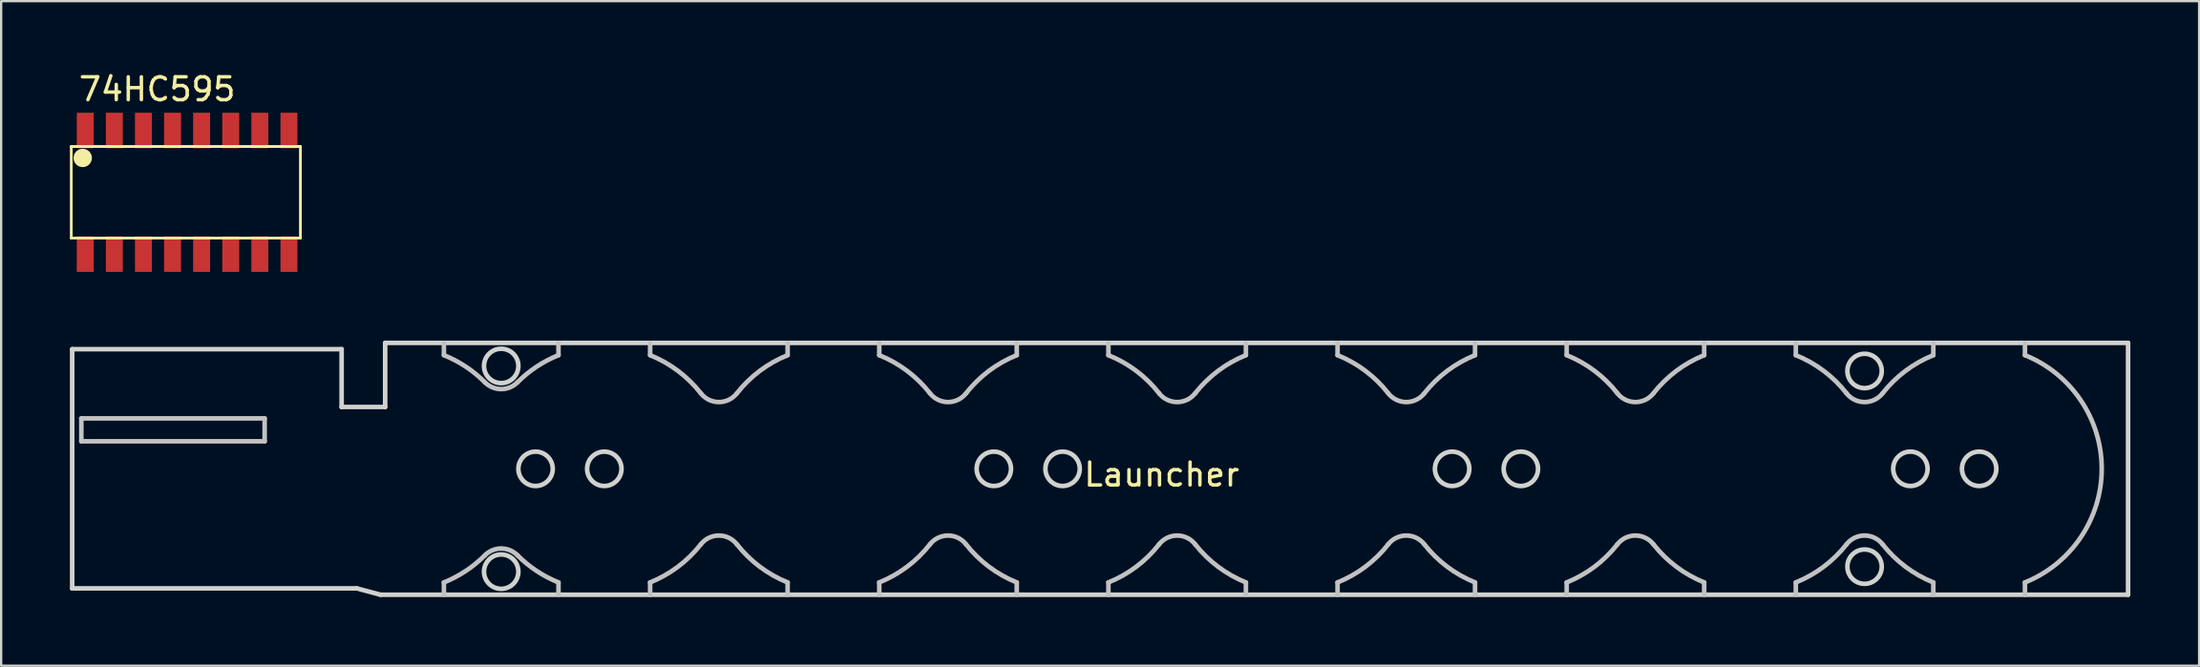
<source format=kicad_pcb>
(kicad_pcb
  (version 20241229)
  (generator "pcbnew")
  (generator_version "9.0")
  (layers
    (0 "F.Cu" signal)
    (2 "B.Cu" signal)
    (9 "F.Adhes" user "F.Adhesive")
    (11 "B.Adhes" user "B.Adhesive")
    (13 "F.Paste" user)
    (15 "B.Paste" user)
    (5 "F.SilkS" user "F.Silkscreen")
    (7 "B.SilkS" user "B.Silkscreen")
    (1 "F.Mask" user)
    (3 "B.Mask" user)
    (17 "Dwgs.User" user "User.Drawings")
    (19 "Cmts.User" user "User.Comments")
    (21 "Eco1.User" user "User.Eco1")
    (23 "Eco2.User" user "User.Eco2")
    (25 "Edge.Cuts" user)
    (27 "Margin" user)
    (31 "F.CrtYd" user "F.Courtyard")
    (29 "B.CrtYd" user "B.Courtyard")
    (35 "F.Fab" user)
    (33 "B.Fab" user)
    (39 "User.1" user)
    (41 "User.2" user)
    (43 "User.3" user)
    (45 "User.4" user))
  (footprint "Launcher"
    (layer "F.Cu")
    (at 47.648 17.173)
    (property "Reference" "Launcher" (at 0 0.5 0) (layer "F.SilkS") (effects (font (size 1 1) (thickness 0.15))))
    (attr through_hole)
    (fp_line (start -47.148 -1.95) (end -47.148 -0.95) (stroke (width 0.2) (type solid)) (layer "Dwgs.User"))
    (fp_line (start -47.148 -1.95) (end -39.148 -1.95) (stroke (width 0.2) (type solid)) (layer "Dwgs.User"))
    (fp_line (start -47.148 -0.95) (end -39.148 -0.95) (stroke (width 0.2) (type solid)) (layer "Dwgs.User"))
    (fp_line (start -39.148 -1.95) (end -39.148 -0.95) (stroke (width 0.2) (type solid)) (layer "Dwgs.User"))
    (fp_line (start -31.325 -4.712) (end -31.325 -5.25) (stroke (width 0.2) (type solid)) (layer "Dwgs.User"))
    (fp_line (start -31.325 5.75) (end -31.325 5.212) (stroke (width 0.2) (type solid)) (layer "Dwgs.User"))
    (fp_line (start -26.325 -5.25) (end -26.325 -4.712) (stroke (width 0.2) (type solid)) (layer "Dwgs.User"))
    (fp_line (start -26.325 5.212) (end -26.325 5.75) (stroke (width 0.2) (type solid)) (layer "Dwgs.User"))
    (fp_line (start -22.325 -4.712) (end -22.325 -5.25) (stroke (width 0.2) (type solid)) (layer "Dwgs.User"))
    (fp_line (start -22.325 5.75) (end -22.325 5.212) (stroke (width 0.2) (type solid)) (layer "Dwgs.User"))
    (fp_line (start -16.325 -5.25) (end -16.325 -4.712) (stroke (width 0.2) (type solid)) (layer "Dwgs.User"))
    (fp_line (start -16.325 5.212) (end -16.325 5.75) (stroke (width 0.2) (type solid)) (layer "Dwgs.User"))
    (fp_line (start -12.325 -4.712) (end -12.325 -5.25) (stroke (width 0.2) (type solid)) (layer "Dwgs.User"))
    (fp_line (start -12.325 5.75) (end -12.325 5.212) (stroke (width 0.2) (type solid)) (layer "Dwgs.User"))
    (fp_line (start -6.325 -5.25) (end -6.325 -4.712) (stroke (width 0.2) (type solid)) (layer "Dwgs.User"))
    (fp_line (start -6.325 5.212) (end -6.325 5.75) (stroke (width 0.2) (type solid)) (layer "Dwgs.User"))
    (fp_line (start -2.325 -4.712) (end -2.325 -5.25) (stroke (width 0.2) (type solid)) (layer "Dwgs.User"))
    (fp_line (start -2.325 5.75) (end -2.325 5.212) (stroke (width 0.2) (type solid)) (layer "Dwgs.User"))
    (fp_line (start 3.675 -5.25) (end 3.675 -4.712) (stroke (width 0.2) (type solid)) (layer "Dwgs.User"))
    (fp_line (start 3.675 5.212) (end 3.675 5.75) (stroke (width 0.2) (type solid)) (layer "Dwgs.User"))
    (fp_line (start 7.675 -4.712) (end 7.675 -5.25) (stroke (width 0.2) (type solid)) (layer "Dwgs.User"))
    (fp_line (start 7.675 5.75) (end 7.675 5.212) (stroke (width 0.2) (type solid)) (layer "Dwgs.User"))
    (fp_line (start 13.675 -5.25) (end 13.675 -4.712) (stroke (width 0.2) (type solid)) (layer "Dwgs.User"))
    (fp_line (start 13.675 5.212) (end 13.675 5.75) (stroke (width 0.2) (type solid)) (layer "Dwgs.User"))
    (fp_line (start 17.675 -4.712) (end 17.675 -5.25) (stroke (width 0.2) (type solid)) (layer "Dwgs.User"))
    (fp_line (start 17.675 5.75) (end 17.675 5.212) (stroke (width 0.2) (type solid)) (layer "Dwgs.User"))
    (fp_line (start 23.675 -5.25) (end 23.675 -4.712) (stroke (width 0.2) (type solid)) (layer "Dwgs.User"))
    (fp_line (start 23.675 5.212) (end 23.675 5.75) (stroke (width 0.2) (type solid)) (layer "Dwgs.User"))
    (fp_line (start 27.675 -4.712) (end 27.675 -5.25) (stroke (width 0.2) (type solid)) (layer "Dwgs.User"))
    (fp_line (start 27.675 5.75) (end 27.675 5.212) (stroke (width 0.2) (type solid)) (layer "Dwgs.User"))
    (fp_line (start 33.675 -5.25) (end 33.675 -4.712) (stroke (width 0.2) (type solid)) (layer "Dwgs.User"))
    (fp_line (start 33.675 5.212) (end 33.675 5.75) (stroke (width 0.2) (type solid)) (layer "Dwgs.User"))
    (fp_line (start 37.675 -5.25) (end 37.675 -4.712) (stroke (width 0.2) (type solid)) (layer "Dwgs.User"))
    (fp_line (start 37.675 5.75) (end 37.675 5.212) (stroke (width 0.2) (type solid)) (layer "Dwgs.User"))
    (fp_arc (start -31.324999 -4.712106) (mid -30.369091 -4.209272) (end -29.533661 -3.524685) (stroke (width 0.2) (type solid)) (layer "Dwgs.User"))
    (fp_arc (start -29.533661 4.024686) (mid -28.825 3.730234) (end -28.116338 4.024685) (stroke (width 0.2) (type solid)) (layer "Dwgs.User"))
    (fp_arc (start -29.53366 4.024685) (mid -30.369091 4.709272) (end -31.324999 5.212106) (stroke (width 0.2) (type solid)) (layer "Dwgs.User"))
    (fp_arc (start -28.116338 -3.524686) (mid -28.824999 -3.230234) (end -29.533661 -3.524685) (stroke (width 0.2) (type solid)) (layer "Dwgs.User"))
    (fp_arc (start -28.116338 -3.524685) (mid -27.280908 -4.209271) (end -26.325 -4.712106) (stroke (width 0.2) (type solid)) (layer "Dwgs.User"))
    (fp_arc (start -26.325 5.212106) (mid -27.280908 4.709272) (end -28.116338 4.024685) (stroke (width 0.2) (type solid)) (layer "Dwgs.User"))
    (fp_arc (start -22.324999 -4.712107) (mid -21.109188 -4.025635) (end -20.112401 -3.047956) (stroke (width 0.2) (type solid)) (layer "Dwgs.User"))
    (fp_arc (start -20.1124 3.547955) (mid -21.109187 4.525635) (end -22.324999 5.212106) (stroke (width 0.2) (type solid)) (layer "Dwgs.User"))
    (fp_arc (start -20.1124 3.547956) (mid -19.324999 3.164397) (end -18.537598 3.547956) (stroke (width 0.2) (type solid)) (layer "Dwgs.User"))
    (fp_arc (start -18.537598 -3.047955) (mid -19.325 -2.664396) (end -20.112401 -3.047956) (stroke (width 0.2) (type solid)) (layer "Dwgs.User"))
    (fp_arc (start -18.537597 -3.047956) (mid -17.54081 -4.025635) (end -16.324999 -4.712106) (stroke (width 0.2) (type solid)) (layer "Dwgs.User"))
    (fp_arc (start -16.325 5.212106) (mid -17.540811 4.525635) (end -18.537598 3.547956) (stroke (width 0.2) (type solid)) (layer "Dwgs.User"))
    (fp_arc (start -12.324999 -4.712106) (mid -11.109188 -4.025635) (end -10.112401 -3.047956) (stroke (width 0.2) (type solid)) (layer "Dwgs.User"))
    (fp_arc (start -10.112401 3.547956) (mid -11.109188 4.525635) (end -12.324999 5.212106) (stroke (width 0.2) (type solid)) (layer "Dwgs.User"))
    (fp_arc (start -10.1124 3.547956) (mid -9.324999 3.164397) (end -8.537598 3.547956) (stroke (width 0.2) (type solid)) (layer "Dwgs.User"))
    (fp_arc (start -8.537598 -3.047956) (mid -7.540811 -4.025635) (end -6.325 -4.712106) (stroke (width 0.2) (type solid)) (layer "Dwgs.User"))
    (fp_arc (start -8.537598 -3.047955) (mid -9.325 -2.664396) (end -10.112401 -3.047956) (stroke (width 0.2) (type solid)) (layer "Dwgs.User"))
    (fp_arc (start -6.325 5.212106) (mid -7.540811 4.525635) (end -8.537598 3.547956) (stroke (width 0.2) (type solid)) (layer "Dwgs.User"))
    (fp_arc (start -2.324999 -4.712106) (mid -1.109188 -4.025635) (end -0.112401 -3.047956) (stroke (width 0.2) (type solid)) (layer "Dwgs.User"))
    (fp_arc (start -0.112401 3.547956) (mid -1.109188 4.525635) (end -2.324999 5.212106) (stroke (width 0.2) (type solid)) (layer "Dwgs.User"))
    (fp_arc (start -0.112401 3.547956) (mid 0.675 3.164397) (end 1.462401 3.547956) (stroke (width 0.2) (type solid)) (layer "Dwgs.User"))
    (fp_arc (start 1.462401 -3.047956) (mid 0.675 -2.664397) (end -0.112401 -3.047956) (stroke (width 0.2) (type solid)) (layer "Dwgs.User"))
    (fp_arc (start 1.462401 -3.047955) (mid 2.459188 -4.025634) (end 3.674999 -4.712106) (stroke (width 0.2) (type solid)) (layer "Dwgs.User"))
    (fp_arc (start 3.674999 5.212107) (mid 2.459187 4.525636) (end 1.462401 3.547956) (stroke (width 0.2) (type solid)) (layer "Dwgs.User"))
    (fp_arc (start 7.675 -4.712106) (mid 8.890811 -4.025635) (end 9.887598 -3.047956) (stroke (width 0.2) (type solid)) (layer "Dwgs.User"))
    (fp_arc (start 9.887598 3.547956) (mid 8.890811 4.525635) (end 7.675 5.212106) (stroke (width 0.2) (type solid)) (layer "Dwgs.User"))
    (fp_arc (start 9.887599 3.547956) (mid 10.675 3.164397) (end 11.462401 3.547956) (stroke (width 0.2) (type solid)) (layer "Dwgs.User"))
    (fp_arc (start 11.462401 -3.047955) (mid 10.674999 -2.664396) (end 9.887598 -3.047956) (stroke (width 0.2) (type solid)) (layer "Dwgs.User"))
    (fp_arc (start 11.462401 -3.047955) (mid 12.459188 -4.025634) (end 13.674999 -4.712106) (stroke (width 0.2) (type solid)) (layer "Dwgs.User"))
    (fp_arc (start 13.675 5.212106) (mid 12.459188 4.525635) (end 11.462401 3.547956) (stroke (width 0.2) (type solid)) (layer "Dwgs.User"))
    (fp_arc (start 17.675 -4.712106) (mid 18.890811 -4.025635) (end 19.887598 -3.047956) (stroke (width 0.2) (type solid)) (layer "Dwgs.User"))
    (fp_arc (start 19.887598 3.547956) (mid 18.890811 4.525635) (end 17.675 5.212106) (stroke (width 0.2) (type solid)) (layer "Dwgs.User"))
    (fp_arc (start 19.887599 3.547956) (mid 20.675 3.164397) (end 21.462401 3.547956) (stroke (width 0.2) (type solid)) (layer "Dwgs.User"))
    (fp_arc (start 21.462401 -3.047955) (mid 20.674999 -2.664396) (end 19.887598 -3.047956) (stroke (width 0.2) (type solid)) (layer "Dwgs.User"))
    (fp_arc (start 21.462401 -3.047955) (mid 22.459188 -4.025634) (end 23.674999 -4.712106) (stroke (width 0.2) (type solid)) (layer "Dwgs.User"))
    (fp_arc (start 23.675 5.212106) (mid 22.459188 4.525635) (end 21.462401 3.547956) (stroke (width 0.2) (type solid)) (layer "Dwgs.User"))
    (fp_arc (start 27.675 -4.712106) (mid 28.890811 -4.025635) (end 29.887598 -3.047956) (stroke (width 0.2) (type solid)) (layer "Dwgs.User"))
    (fp_arc (start 29.887598 3.547956) (mid 28.890811 4.525635) (end 27.675 5.212106) (stroke (width 0.2) (type solid)) (layer "Dwgs.User"))
    (fp_arc (start 29.887599 3.547956) (mid 30.675 3.164397) (end 31.462401 3.547956) (stroke (width 0.2) (type solid)) (layer "Dwgs.User"))
    (fp_arc (start 31.462401 -3.047956) (mid 32.459188 -4.025635) (end 33.674999 -4.712106) (stroke (width 0.2) (type solid)) (layer "Dwgs.User"))
    (fp_arc (start 31.462401 -3.047955) (mid 30.674999 -2.664396) (end 29.887598 -3.047956) (stroke (width 0.2) (type solid)) (layer "Dwgs.User"))
    (fp_arc (start 33.675 5.212106) (mid 32.459188 4.525635) (end 31.462401 3.547956) (stroke (width 0.2) (type solid)) (layer "Dwgs.User"))
    (fp_arc (start 37.675 -4.712106) (mid 41.025 0.25) (end 37.675 5.212106) (stroke (width 0.2) (type solid)) (layer "Dwgs.User"))
    (fp_line (start -47.548 -4.973) (end -35.789 -4.973) (stroke (width 0.2) (type solid)) (layer "Edge.Cuts"))
    (fp_line (start -47.548 5.473) (end -47.548 -4.973) (stroke (width 0.2) (type solid)) (layer "Edge.Cuts"))
    (fp_line (start -35.789 -4.973) (end -35.789 -2.45) (stroke (width 0.2) (type solid)) (layer "Edge.Cuts"))
    (fp_line (start -35.789 -2.45) (end -33.889 -2.45) (stroke (width 0.2) (type solid)) (layer "Edge.Cuts"))
    (fp_line (start -35.122 5.473) (end -47.548 5.473) (stroke (width 0.2) (type solid)) (layer "Edge.Cuts"))
    (fp_line (start -35.122 5.473) (end -34.089 5.75) (stroke (width 0.2) (type solid)) (layer "Edge.Cuts"))
    (fp_line (start -34.089 5.75) (end 42.175 5.75) (stroke (width 0.2) (type solid)) (layer "Edge.Cuts"))
    (fp_line (start -33.889 -2.45) (end -33.889 -5.25) (stroke (width 0.2) (type solid)) (layer "Edge.Cuts"))
    (fp_line (start 42.175 -5.25) (end -33.889 -5.25) (stroke (width 0.2) (type solid)) (layer "Edge.Cuts"))
    (fp_line (start 42.175 5.75) (end 42.175 -5.25) (stroke (width 0.2) (type solid)) (layer "Edge.Cuts"))
    (fp_circle (center -28.825 -4.242) (end -28.075 -4.242) (stroke (width 0.2) (type solid)) (fill no) (layer "Edge.Cuts"))
    (fp_circle (center -28.825 4.742) (end -28.075 4.742) (stroke (width 0.2) (type solid)) (fill no) (layer "Edge.Cuts"))
    (fp_circle (center -27.325 0.25) (end -26.575 0.25) (stroke (width 0.2) (type solid)) (fill no) (layer "Edge.Cuts"))
    (fp_circle (center -24.325 0.25) (end -23.575 0.25) (stroke (width 0.2) (type solid)) (fill no) (layer "Edge.Cuts"))
    (fp_circle (center -7.325 0.25) (end -6.575 0.25) (stroke (width 0.2) (type solid)) (fill no) (layer "Edge.Cuts"))
    (fp_circle (center -4.325 0.25) (end -3.575 0.25) (stroke (width 0.2) (type solid)) (fill no) (layer "Edge.Cuts"))
    (fp_circle (center 12.675 0.25) (end 13.425 0.25) (stroke (width 0.2) (type solid)) (fill no) (layer "Edge.Cuts"))
    (fp_circle (center 15.675 0.25) (end 16.425 0.25) (stroke (width 0.2) (type solid)) (fill no) (layer "Edge.Cuts"))
    (fp_circle (center 30.675 -4.023) (end 31.425 -4.023) (stroke (width 0.2) (type solid)) (fill no) (layer "Edge.Cuts"))
    (fp_circle (center 30.675 4.523) (end 31.425 4.523) (stroke (width 0.2) (type solid)) (fill no) (layer "Edge.Cuts"))
    (fp_circle (center 32.675 0.25) (end 33.425 0.25) (stroke (width 0.2) (type solid)) (fill no) (layer "Edge.Cuts"))
    (fp_circle (center 35.675 0.25) (end 36.425 0.25) (stroke (width 0.2) (type solid)) (fill no) (layer "Edge.Cuts")))
  (footprint "74HC595"
    (layer "F.Cu")
    (at 5.06 5.348)
    (property "Reference" "74HC595" (at -1.25 -4.5 0) (layer "F.SilkS") (effects (font (size 1 1) (thickness 0.15))))
    (attr through_hole)
    (fp_line (start -5 -2) (end 5 -2) (stroke (width 0.12) (type solid)) (layer "F.SilkS"))
    (fp_line (start -5 2) (end -5 -2) (stroke (width 0.12) (type solid)) (layer "F.SilkS"))
    (fp_line (start 5 -2) (end 5 2) (stroke (width 0.12) (type solid)) (layer "F.SilkS"))
    (fp_line (start 5 2) (end -5 2) (stroke (width 0.12) (type solid)) (layer "F.SilkS"))
    (fp_circle (center -4.5 -1.5) (end -4.3 -1.5) (stroke (width 0.4) (type solid)) (fill no) (layer "F.SilkS"))
    (pad "1" smd rect (at -4.39 -2.7) (size 0.74 1.55) (layers "F.Cu" "F.Mask" "F.Paste"))
    (pad "1" smd rect (at -4.39 2.7) (size 0.74 1.55) (layers "F.Cu" "F.Mask" "F.Paste"))
    (pad "2" smd rect (at -3.12 -2.7) (size 0.74 1.55) (layers "F.Cu" "F.Mask" "F.Paste"))
    (pad "2" smd rect (at -3.12 2.7) (size 0.74 1.55) (layers "F.Cu" "F.Mask" "F.Paste"))
    (pad "3" smd rect (at -1.85 -2.7) (size 0.74 1.55) (layers "F.Cu" "F.Mask" "F.Paste"))
    (pad "3" smd rect (at -1.85 2.7) (size 0.74 1.55) (layers "F.Cu" "F.Mask" "F.Paste"))
    (pad "4" smd rect (at -0.58 -2.7) (size 0.74 1.55) (layers "F.Cu" "F.Mask" "F.Paste"))
    (pad "4" smd rect (at -0.58 2.7) (size 0.74 1.55) (layers "F.Cu" "F.Mask" "F.Paste"))
    (pad "5" smd rect (at 0.69 -2.7) (size 0.74 1.55) (layers "F.Cu" "F.Mask" "F.Paste"))
    (pad "5" smd rect (at 0.69 2.7) (size 0.74 1.55) (layers "F.Cu" "F.Mask" "F.Paste"))
    (pad "6" smd rect (at 1.96 -2.7) (size 0.74 1.55) (layers "F.Cu" "F.Mask" "F.Paste"))
    (pad "6" smd rect (at 1.96 2.7) (size 0.74 1.55) (layers "F.Cu" "F.Mask" "F.Paste"))
    (pad "7" smd rect (at 3.23 -2.7) (size 0.74 1.55) (layers "F.Cu" "F.Mask" "F.Paste"))
    (pad "7" smd rect (at 3.23 2.7) (size 0.74 1.55) (layers "F.Cu" "F.Mask" "F.Paste"))
    (pad "8" smd rect (at 4.5 -2.7) (size 0.74 1.55) (layers "F.Cu" "F.Mask" "F.Paste"))
    (pad "8" smd rect (at 4.5 2.7) (size 0.74 1.55) (layers "F.Cu" "F.Mask" "F.Paste")))
  (gr_rect
    (start -3 -3)
    (end 92.923 26.023)
    (stroke (width 0.1) (type default))
    (fill no)
    (layer "Edge.Cuts")))
</source>
